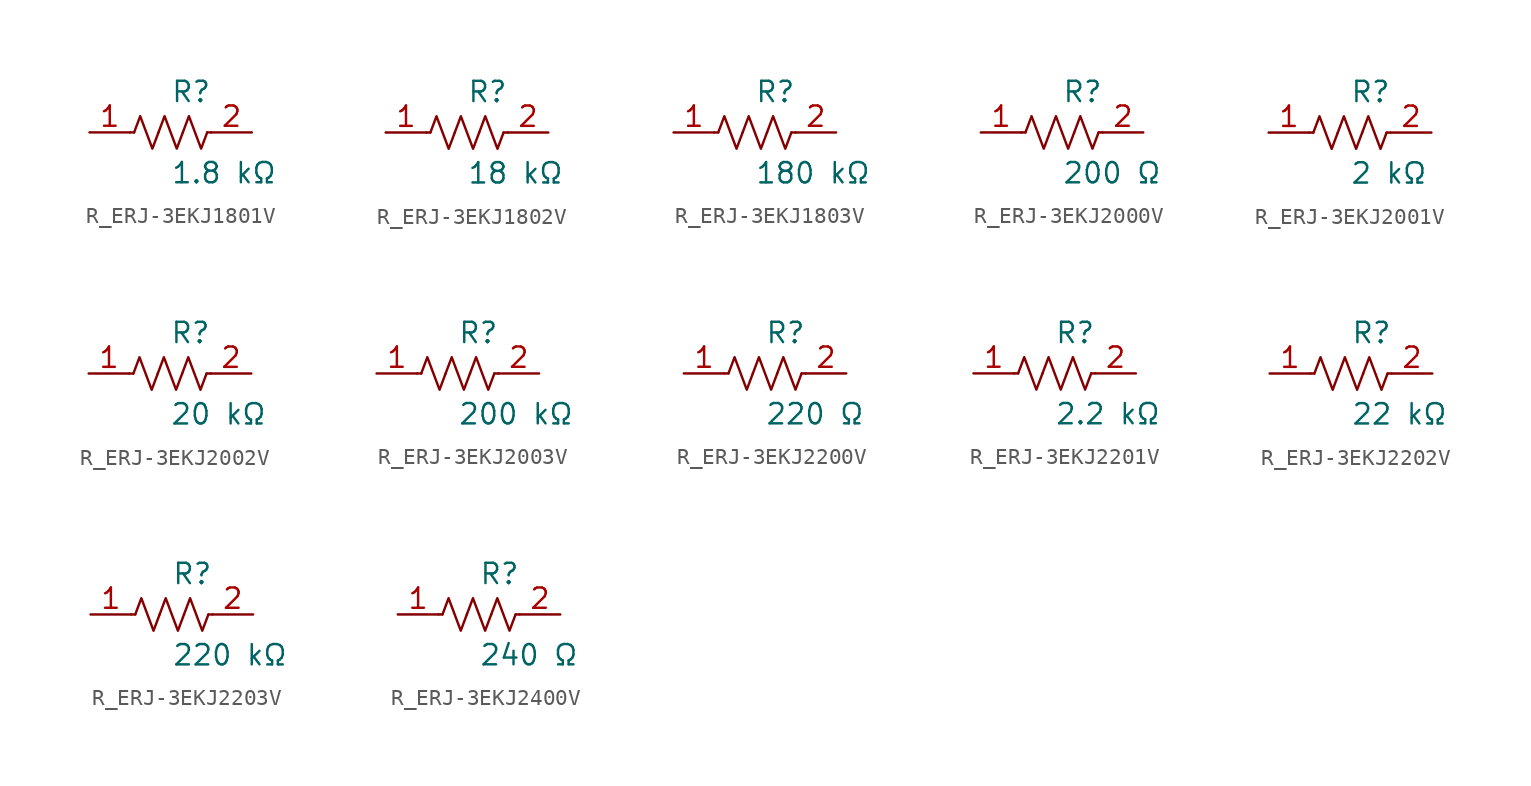
<source format=kicad_sym>
(kicad_symbol_lib
  (version 20231120)
  (generator "kicad_symbol_editor")
  (generator_version "8.0")
  (symbol "R_ERJ-3EKJ1801V"
    (pin_names
      (offset 0.254))
    (property "Reference" "R"
      (at 0 2.54 0)
      (effects (font (size 1.27 1.27)) (justify left)))
    (property "Value" "1.8 kΩ"
      (at 0 -2.54 0)
      (effects (font (size 1.27 1.27)) (justify left)))
    (symbol "R_ERJ-3EKJ1801V_0_1"
      (polyline (pts (xy 2.286 0) (xy 2.54 0)) (stroke (width 0) (type default)) (fill (type none)))
      (polyline (pts (xy -2.286 0) (xy -2.54 0)) (stroke (width 0) (type default)) (fill (type none)))
      (polyline (pts (xy 0.762 0) (xy 1.143 1.016) (xy 1.524 0) (xy 1.905 -1.016) (xy 2.286 0)) (stroke (width 0) (type default)) (fill (type none)))
      (polyline (pts (xy -0.762 0) (xy -0.381 1.016) (xy 0 0) (xy 0.381 -1.016) (xy 0.762 0)) (stroke (width 0) (type default)) (fill (type none)))
      (polyline (pts (xy -2.286 0) (xy -1.905 1.016) (xy -1.524 0) (xy -1.143 -1.016) (xy -0.762 0)) (stroke (width 0) (type default)) (fill (type none))))
    (pin unspecified line
      (at -5.08 0 0)
      (length 2.54)
      (name "" (effects (font (size 1.27 1.27))))
      (number "1" (effects (font (size 1.27 1.27)))))
    (pin unspecified line
      (at 5.08 0 180)
      (length 2.54)
      (name "" (effects (font (size 1.27 1.27))))
      (number "2" (effects (font (size 1.27 1.27))))))
  (symbol "R_ERJ-3EKJ1802V"
    (pin_names
      (offset 0.254))
    (property "Reference" "R"
      (at 0 2.54 0)
      (effects (font (size 1.27 1.27)) (justify left)))
    (property "Value" "18 kΩ"
      (at 0 -2.54 0)
      (effects (font (size 1.27 1.27)) (justify left)))
    (symbol "R_ERJ-3EKJ1802V_0_1"
      (polyline (pts (xy 2.286 0) (xy 2.54 0)) (stroke (width 0) (type default)) (fill (type none)))
      (polyline (pts (xy -2.286 0) (xy -2.54 0)) (stroke (width 0) (type default)) (fill (type none)))
      (polyline (pts (xy 0.762 0) (xy 1.143 1.016) (xy 1.524 0) (xy 1.905 -1.016) (xy 2.286 0)) (stroke (width 0) (type default)) (fill (type none)))
      (polyline (pts (xy -0.762 0) (xy -0.381 1.016) (xy 0 0) (xy 0.381 -1.016) (xy 0.762 0)) (stroke (width 0) (type default)) (fill (type none)))
      (polyline (pts (xy -2.286 0) (xy -1.905 1.016) (xy -1.524 0) (xy -1.143 -1.016) (xy -0.762 0)) (stroke (width 0) (type default)) (fill (type none))))
    (pin unspecified line
      (at -5.08 0 0)
      (length 2.54)
      (name "" (effects (font (size 1.27 1.27))))
      (number "1" (effects (font (size 1.27 1.27)))))
    (pin unspecified line
      (at 5.08 0 180)
      (length 2.54)
      (name "" (effects (font (size 1.27 1.27))))
      (number "2" (effects (font (size 1.27 1.27))))))
  (symbol "R_ERJ-3EKJ1803V"
    (pin_names
      (offset 0.254))
    (property "Reference" "R"
      (at 0 2.54 0)
      (effects (font (size 1.27 1.27)) (justify left)))
    (property "Value" "180 kΩ"
      (at 0 -2.54 0)
      (effects (font (size 1.27 1.27)) (justify left)))
    (symbol "R_ERJ-3EKJ1803V_0_1"
      (polyline (pts (xy 2.286 0) (xy 2.54 0)) (stroke (width 0) (type default)) (fill (type none)))
      (polyline (pts (xy -2.286 0) (xy -2.54 0)) (stroke (width 0) (type default)) (fill (type none)))
      (polyline (pts (xy 0.762 0) (xy 1.143 1.016) (xy 1.524 0) (xy 1.905 -1.016) (xy 2.286 0)) (stroke (width 0) (type default)) (fill (type none)))
      (polyline (pts (xy -0.762 0) (xy -0.381 1.016) (xy 0 0) (xy 0.381 -1.016) (xy 0.762 0)) (stroke (width 0) (type default)) (fill (type none)))
      (polyline (pts (xy -2.286 0) (xy -1.905 1.016) (xy -1.524 0) (xy -1.143 -1.016) (xy -0.762 0)) (stroke (width 0) (type default)) (fill (type none))))
    (pin unspecified line
      (at -5.08 0 0)
      (length 2.54)
      (name "" (effects (font (size 1.27 1.27))))
      (number "1" (effects (font (size 1.27 1.27)))))
    (pin unspecified line
      (at 5.08 0 180)
      (length 2.54)
      (name "" (effects (font (size 1.27 1.27))))
      (number "2" (effects (font (size 1.27 1.27))))))
  (symbol "R_ERJ-3EKJ2000V"
    (pin_names
      (offset 0.254))
    (property "Reference" "R"
      (at 0 2.54 0)
      (effects (font (size 1.27 1.27)) (justify left)))
    (property "Value" "200 Ω"
      (at 0 -2.54 0)
      (effects (font (size 1.27 1.27)) (justify left)))
    (symbol "R_ERJ-3EKJ2000V_0_1"
      (polyline (pts (xy 2.286 0) (xy 2.54 0)) (stroke (width 0) (type default)) (fill (type none)))
      (polyline (pts (xy -2.286 0) (xy -2.54 0)) (stroke (width 0) (type default)) (fill (type none)))
      (polyline (pts (xy 0.762 0) (xy 1.143 1.016) (xy 1.524 0) (xy 1.905 -1.016) (xy 2.286 0)) (stroke (width 0) (type default)) (fill (type none)))
      (polyline (pts (xy -0.762 0) (xy -0.381 1.016) (xy 0 0) (xy 0.381 -1.016) (xy 0.762 0)) (stroke (width 0) (type default)) (fill (type none)))
      (polyline (pts (xy -2.286 0) (xy -1.905 1.016) (xy -1.524 0) (xy -1.143 -1.016) (xy -0.762 0)) (stroke (width 0) (type default)) (fill (type none))))
    (pin unspecified line
      (at -5.08 0 0)
      (length 2.54)
      (name "" (effects (font (size 1.27 1.27))))
      (number "1" (effects (font (size 1.27 1.27)))))
    (pin unspecified line
      (at 5.08 0 180)
      (length 2.54)
      (name "" (effects (font (size 1.27 1.27))))
      (number "2" (effects (font (size 1.27 1.27))))))
  (symbol "R_ERJ-3EKJ2001V"
    (pin_names
      (offset 0.254))
    (property "Reference" "R"
      (at 0 2.54 0)
      (effects (font (size 1.27 1.27)) (justify left)))
    (property "Value" "2 kΩ"
      (at 0 -2.54 0)
      (effects (font (size 1.27 1.27)) (justify left)))
    (symbol "R_ERJ-3EKJ2001V_0_1"
      (polyline (pts (xy 2.286 0) (xy 2.54 0)) (stroke (width 0) (type default)) (fill (type none)))
      (polyline (pts (xy -2.286 0) (xy -2.54 0)) (stroke (width 0) (type default)) (fill (type none)))
      (polyline (pts (xy 0.762 0) (xy 1.143 1.016) (xy 1.524 0) (xy 1.905 -1.016) (xy 2.286 0)) (stroke (width 0) (type default)) (fill (type none)))
      (polyline (pts (xy -0.762 0) (xy -0.381 1.016) (xy 0 0) (xy 0.381 -1.016) (xy 0.762 0)) (stroke (width 0) (type default)) (fill (type none)))
      (polyline (pts (xy -2.286 0) (xy -1.905 1.016) (xy -1.524 0) (xy -1.143 -1.016) (xy -0.762 0)) (stroke (width 0) (type default)) (fill (type none))))
    (pin unspecified line
      (at -5.08 0 0)
      (length 2.54)
      (name "" (effects (font (size 1.27 1.27))))
      (number "1" (effects (font (size 1.27 1.27)))))
    (pin unspecified line
      (at 5.08 0 180)
      (length 2.54)
      (name "" (effects (font (size 1.27 1.27))))
      (number "2" (effects (font (size 1.27 1.27))))))
  (symbol "R_ERJ-3EKJ2002V"
    (pin_names
      (offset 0.254))
    (property "Reference" "R"
      (at 0 2.54 0)
      (effects (font (size 1.27 1.27)) (justify left)))
    (property "Value" "20 kΩ"
      (at 0 -2.54 0)
      (effects (font (size 1.27 1.27)) (justify left)))
    (symbol "R_ERJ-3EKJ2002V_0_1"
      (polyline (pts (xy 2.286 0) (xy 2.54 0)) (stroke (width 0) (type default)) (fill (type none)))
      (polyline (pts (xy -2.286 0) (xy -2.54 0)) (stroke (width 0) (type default)) (fill (type none)))
      (polyline (pts (xy 0.762 0) (xy 1.143 1.016) (xy 1.524 0) (xy 1.905 -1.016) (xy 2.286 0)) (stroke (width 0) (type default)) (fill (type none)))
      (polyline (pts (xy -0.762 0) (xy -0.381 1.016) (xy 0 0) (xy 0.381 -1.016) (xy 0.762 0)) (stroke (width 0) (type default)) (fill (type none)))
      (polyline (pts (xy -2.286 0) (xy -1.905 1.016) (xy -1.524 0) (xy -1.143 -1.016) (xy -0.762 0)) (stroke (width 0) (type default)) (fill (type none))))
    (pin unspecified line
      (at -5.08 0 0)
      (length 2.54)
      (name "" (effects (font (size 1.27 1.27))))
      (number "1" (effects (font (size 1.27 1.27)))))
    (pin unspecified line
      (at 5.08 0 180)
      (length 2.54)
      (name "" (effects (font (size 1.27 1.27))))
      (number "2" (effects (font (size 1.27 1.27))))))
  (symbol "R_ERJ-3EKJ2003V"
    (pin_names
      (offset 0.254))
    (property "Reference" "R"
      (at 0 2.54 0)
      (effects (font (size 1.27 1.27)) (justify left)))
    (property "Value" "200 kΩ"
      (at 0 -2.54 0)
      (effects (font (size 1.27 1.27)) (justify left)))
    (symbol "R_ERJ-3EKJ2003V_0_1"
      (polyline (pts (xy 2.286 0) (xy 2.54 0)) (stroke (width 0) (type default)) (fill (type none)))
      (polyline (pts (xy -2.286 0) (xy -2.54 0)) (stroke (width 0) (type default)) (fill (type none)))
      (polyline (pts (xy 0.762 0) (xy 1.143 1.016) (xy 1.524 0) (xy 1.905 -1.016) (xy 2.286 0)) (stroke (width 0) (type default)) (fill (type none)))
      (polyline (pts (xy -0.762 0) (xy -0.381 1.016) (xy 0 0) (xy 0.381 -1.016) (xy 0.762 0)) (stroke (width 0) (type default)) (fill (type none)))
      (polyline (pts (xy -2.286 0) (xy -1.905 1.016) (xy -1.524 0) (xy -1.143 -1.016) (xy -0.762 0)) (stroke (width 0) (type default)) (fill (type none))))
    (pin unspecified line
      (at -5.08 0 0)
      (length 2.54)
      (name "" (effects (font (size 1.27 1.27))))
      (number "1" (effects (font (size 1.27 1.27)))))
    (pin unspecified line
      (at 5.08 0 180)
      (length 2.54)
      (name "" (effects (font (size 1.27 1.27))))
      (number "2" (effects (font (size 1.27 1.27))))))
  (symbol "R_ERJ-3EKJ2200V"
    (pin_names
      (offset 0.254))
    (property "Reference" "R"
      (at 0 2.54 0)
      (effects (font (size 1.27 1.27)) (justify left)))
    (property "Value" "220 Ω"
      (at 0 -2.54 0)
      (effects (font (size 1.27 1.27)) (justify left)))
    (symbol "R_ERJ-3EKJ2200V_0_1"
      (polyline (pts (xy 2.286 0) (xy 2.54 0)) (stroke (width 0) (type default)) (fill (type none)))
      (polyline (pts (xy -2.286 0) (xy -2.54 0)) (stroke (width 0) (type default)) (fill (type none)))
      (polyline (pts (xy 0.762 0) (xy 1.143 1.016) (xy 1.524 0) (xy 1.905 -1.016) (xy 2.286 0)) (stroke (width 0) (type default)) (fill (type none)))
      (polyline (pts (xy -0.762 0) (xy -0.381 1.016) (xy 0 0) (xy 0.381 -1.016) (xy 0.762 0)) (stroke (width 0) (type default)) (fill (type none)))
      (polyline (pts (xy -2.286 0) (xy -1.905 1.016) (xy -1.524 0) (xy -1.143 -1.016) (xy -0.762 0)) (stroke (width 0) (type default)) (fill (type none))))
    (pin unspecified line
      (at -5.08 0 0)
      (length 2.54)
      (name "" (effects (font (size 1.27 1.27))))
      (number "1" (effects (font (size 1.27 1.27)))))
    (pin unspecified line
      (at 5.08 0 180)
      (length 2.54)
      (name "" (effects (font (size 1.27 1.27))))
      (number "2" (effects (font (size 1.27 1.27))))))
  (symbol "R_ERJ-3EKJ2201V"
    (pin_names
      (offset 0.254))
    (property "Reference" "R"
      (at 0 2.54 0)
      (effects (font (size 1.27 1.27)) (justify left)))
    (property "Value" "2.2 kΩ"
      (at 0 -2.54 0)
      (effects (font (size 1.27 1.27)) (justify left)))
    (symbol "R_ERJ-3EKJ2201V_0_1"
      (polyline (pts (xy 2.286 0) (xy 2.54 0)) (stroke (width 0) (type default)) (fill (type none)))
      (polyline (pts (xy -2.286 0) (xy -2.54 0)) (stroke (width 0) (type default)) (fill (type none)))
      (polyline (pts (xy 0.762 0) (xy 1.143 1.016) (xy 1.524 0) (xy 1.905 -1.016) (xy 2.286 0)) (stroke (width 0) (type default)) (fill (type none)))
      (polyline (pts (xy -0.762 0) (xy -0.381 1.016) (xy 0 0) (xy 0.381 -1.016) (xy 0.762 0)) (stroke (width 0) (type default)) (fill (type none)))
      (polyline (pts (xy -2.286 0) (xy -1.905 1.016) (xy -1.524 0) (xy -1.143 -1.016) (xy -0.762 0)) (stroke (width 0) (type default)) (fill (type none))))
    (pin unspecified line
      (at -5.08 0 0)
      (length 2.54)
      (name "" (effects (font (size 1.27 1.27))))
      (number "1" (effects (font (size 1.27 1.27)))))
    (pin unspecified line
      (at 5.08 0 180)
      (length 2.54)
      (name "" (effects (font (size 1.27 1.27))))
      (number "2" (effects (font (size 1.27 1.27))))))
  (symbol "R_ERJ-3EKJ2202V"
    (pin_names
      (offset 0.254))
    (property "Reference" "R"
      (at 0 2.54 0)
      (effects (font (size 1.27 1.27)) (justify left)))
    (property "Value" "22 kΩ"
      (at 0 -2.54 0)
      (effects (font (size 1.27 1.27)) (justify left)))
    (symbol "R_ERJ-3EKJ2202V_0_1"
      (polyline (pts (xy 2.286 0) (xy 2.54 0)) (stroke (width 0) (type default)) (fill (type none)))
      (polyline (pts (xy -2.286 0) (xy -2.54 0)) (stroke (width 0) (type default)) (fill (type none)))
      (polyline (pts (xy 0.762 0) (xy 1.143 1.016) (xy 1.524 0) (xy 1.905 -1.016) (xy 2.286 0)) (stroke (width 0) (type default)) (fill (type none)))
      (polyline (pts (xy -0.762 0) (xy -0.381 1.016) (xy 0 0) (xy 0.381 -1.016) (xy 0.762 0)) (stroke (width 0) (type default)) (fill (type none)))
      (polyline (pts (xy -2.286 0) (xy -1.905 1.016) (xy -1.524 0) (xy -1.143 -1.016) (xy -0.762 0)) (stroke (width 0) (type default)) (fill (type none))))
    (pin unspecified line
      (at -5.08 0 0)
      (length 2.54)
      (name "" (effects (font (size 1.27 1.27))))
      (number "1" (effects (font (size 1.27 1.27)))))
    (pin unspecified line
      (at 5.08 0 180)
      (length 2.54)
      (name "" (effects (font (size 1.27 1.27))))
      (number "2" (effects (font (size 1.27 1.27))))))
  (symbol "R_ERJ-3EKJ2203V"
    (pin_names
      (offset 0.254))
    (property "Reference" "R"
      (at 0 2.54 0)
      (effects (font (size 1.27 1.27)) (justify left)))
    (property "Value" "220 kΩ"
      (at 0 -2.54 0)
      (effects (font (size 1.27 1.27)) (justify left)))
    (symbol "R_ERJ-3EKJ2203V_0_1"
      (polyline (pts (xy 2.286 0) (xy 2.54 0)) (stroke (width 0) (type default)) (fill (type none)))
      (polyline (pts (xy -2.286 0) (xy -2.54 0)) (stroke (width 0) (type default)) (fill (type none)))
      (polyline (pts (xy 0.762 0) (xy 1.143 1.016) (xy 1.524 0) (xy 1.905 -1.016) (xy 2.286 0)) (stroke (width 0) (type default)) (fill (type none)))
      (polyline (pts (xy -0.762 0) (xy -0.381 1.016) (xy 0 0) (xy 0.381 -1.016) (xy 0.762 0)) (stroke (width 0) (type default)) (fill (type none)))
      (polyline (pts (xy -2.286 0) (xy -1.905 1.016) (xy -1.524 0) (xy -1.143 -1.016) (xy -0.762 0)) (stroke (width 0) (type default)) (fill (type none))))
    (pin unspecified line
      (at -5.08 0 0)
      (length 2.54)
      (name "" (effects (font (size 1.27 1.27))))
      (number "1" (effects (font (size 1.27 1.27)))))
    (pin unspecified line
      (at 5.08 0 180)
      (length 2.54)
      (name "" (effects (font (size 1.27 1.27))))
      (number "2" (effects (font (size 1.27 1.27))))))
  (symbol "R_ERJ-3EKJ2400V"
    (pin_names
      (offset 0.254))
    (property "Reference" "R"
      (at 0 2.54 0)
      (effects (font (size 1.27 1.27)) (justify left)))
    (property "Value" "240 Ω"
      (at 0 -2.54 0)
      (effects (font (size 1.27 1.27)) (justify left)))
    (symbol "R_ERJ-3EKJ2400V_0_1"
      (polyline (pts (xy 2.286 0) (xy 2.54 0)) (stroke (width 0) (type default)) (fill (type none)))
      (polyline (pts (xy -2.286 0) (xy -2.54 0)) (stroke (width 0) (type default)) (fill (type none)))
      (polyline (pts (xy 0.762 0) (xy 1.143 1.016) (xy 1.524 0) (xy 1.905 -1.016) (xy 2.286 0)) (stroke (width 0) (type default)) (fill (type none)))
      (polyline (pts (xy -0.762 0) (xy -0.381 1.016) (xy 0 0) (xy 0.381 -1.016) (xy 0.762 0)) (stroke (width 0) (type default)) (fill (type none)))
      (polyline (pts (xy -2.286 0) (xy -1.905 1.016) (xy -1.524 0) (xy -1.143 -1.016) (xy -0.762 0)) (stroke (width 0) (type default)) (fill (type none))))
    (pin unspecified line
      (at -5.08 0 0)
      (length 2.54)
      (name "" (effects (font (size 1.27 1.27))))
      (number "1" (effects (font (size 1.27 1.27)))))
    (pin unspecified line
      (at 5.08 0 180)
      (length 2.54)
      (name "" (effects (font (size 1.27 1.27))))
      (number "2" (effects (font (size 1.27 1.27)))))))
</source>
